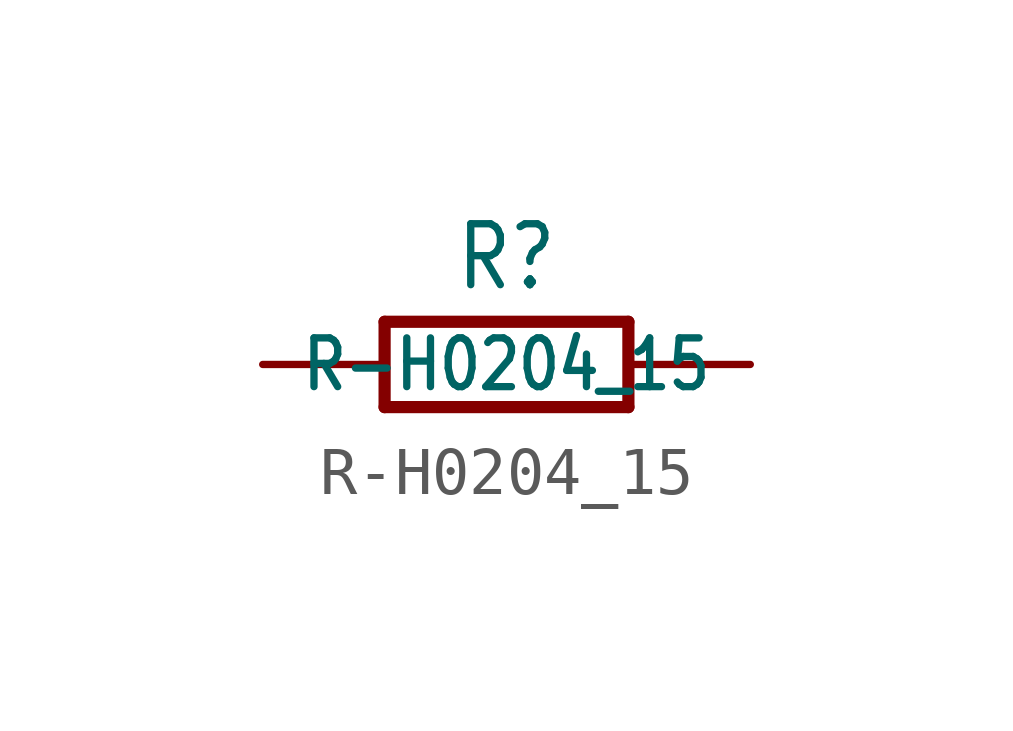
<source format=kicad_sym>
(kicad_symbol_lib
  (version 20201005)
  (generator kicad_symbol_editor)
  (symbol "R-H0204_15"
    (property "Reference" "R"
      (at 0 1.499 0)
      (effects (font (size 1.27 1.079)) (justify bottom)))
    (property "Value" "R-H0204_15"
      (at 0 0 0)
      (effects (font (size 1.016 0.864))))
    (property "ki_locked" ""
      (at 0 0 0)
      (effects (font (size 1.27 1.27))))
    (symbol "R-H0204_15_1_0"
      (polyline (pts (xy -2.54 -0.889) (xy -2.54 0.889)) (stroke (width 0.254)) (fill (type none)))
      (polyline (pts (xy -2.54 -0.889) (xy 2.54 -0.889)) (stroke (width 0.254)) (fill (type none)))
      (polyline (pts (xy 2.54 -0.889) (xy 2.54 0.889)) (stroke (width 0.254)) (fill (type none)))
      (polyline (pts (xy 2.54 0.889) (xy -2.54 0.889)) (stroke (width 0.254)) (fill (type none)))
      (pin passive line (at -5.08 0 0) (length 2.54) (name "1" (effects (font (size 0 0)))) (number "1" (effects (font (size 0 0)))))
      (pin passive line (at 5.08 0 180) (length 2.54) (name "2" (effects (font (size 0 0)))) (number "2" (effects (font (size 0 0))))))))
</source>
